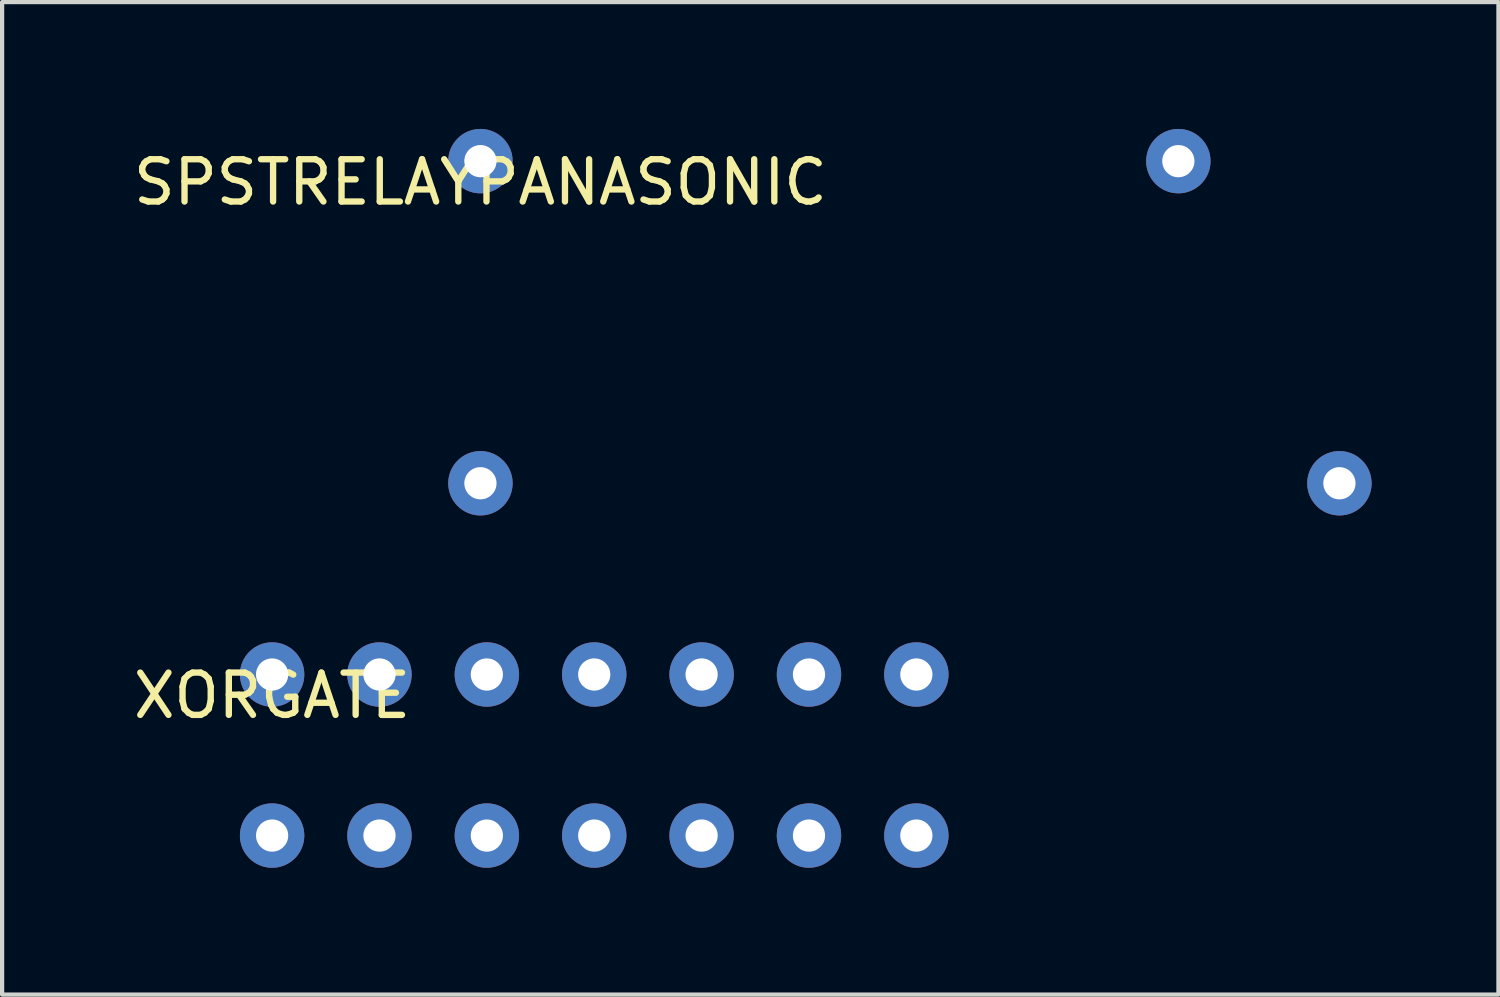
<source format=kicad_pcb>
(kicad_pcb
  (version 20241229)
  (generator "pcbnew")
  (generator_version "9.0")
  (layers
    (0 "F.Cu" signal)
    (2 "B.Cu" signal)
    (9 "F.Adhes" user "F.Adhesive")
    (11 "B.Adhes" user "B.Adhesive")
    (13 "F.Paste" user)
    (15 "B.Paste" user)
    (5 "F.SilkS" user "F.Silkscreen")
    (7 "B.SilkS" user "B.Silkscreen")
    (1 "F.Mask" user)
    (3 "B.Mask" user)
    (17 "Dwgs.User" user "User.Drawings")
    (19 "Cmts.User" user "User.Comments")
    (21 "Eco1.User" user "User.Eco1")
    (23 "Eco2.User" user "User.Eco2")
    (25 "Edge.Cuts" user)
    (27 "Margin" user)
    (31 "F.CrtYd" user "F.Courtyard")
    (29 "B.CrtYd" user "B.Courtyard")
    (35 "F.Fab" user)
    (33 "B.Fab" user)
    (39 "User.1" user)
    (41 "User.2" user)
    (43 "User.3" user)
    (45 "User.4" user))
  (footprint "XORGATE"
    (layer "F.Cu")
    (at 3.387 12.906)
    (property "Reference" "XORGATE" (at 0 0.5 0) (layer "F.SilkS") (effects (font (size 1 1) (thickness 0.15))))
    (attr through_hole)
    (pad "1" thru_hole circle (at 0 0) (size 1.524 1.524) (drill 0.762) (layers "*.Cu" "*.Mask"))
    (pad "2" thru_hole circle (at 2.54 0) (size 1.524 1.524) (drill 0.762) (layers "*.Cu" "*.Mask"))
    (pad "3" thru_hole circle (at 5.08 0) (size 1.524 1.524) (drill 0.762) (layers "*.Cu" "*.Mask"))
    (pad "4" thru_hole circle (at 7.62 0) (size 1.524 1.524) (drill 0.762) (layers "*.Cu" "*.Mask"))
    (pad "5" thru_hole circle (at 10.16 0) (size 1.524 1.524) (drill 0.762) (layers "*.Cu" "*.Mask"))
    (pad "6" thru_hole circle (at 12.7 0) (size 1.524 1.524) (drill 0.762) (layers "*.Cu" "*.Mask"))
    (pad "7" thru_hole circle (at 15.24 0) (size 1.524 1.524) (drill 0.762) (layers "*.Cu" "*.Mask"))
    (pad "8" thru_hole circle (at 0 3.81) (size 1.524 1.524) (drill 0.762) (layers "*.Cu" "*.Mask"))
    (pad "9" thru_hole circle (at 2.54 3.81) (size 1.524 1.524) (drill 0.762) (layers "*.Cu" "*.Mask"))
    (pad "10" thru_hole circle (at 5.08 3.81) (size 1.524 1.524) (drill 0.762) (layers "*.Cu" "*.Mask"))
    (pad "11" thru_hole circle (at 7.62 3.81) (size 1.524 1.524) (drill 0.762) (layers "*.Cu" "*.Mask"))
    (pad "12" thru_hole circle (at 10.16 3.81) (size 1.524 1.524) (drill 0.762) (layers "*.Cu" "*.Mask"))
    (pad "13" thru_hole circle (at 12.7 3.81) (size 1.524 1.524) (drill 0.762) (layers "*.Cu" "*.Mask"))
    (pad "14" thru_hole circle (at 15.24 3.81) (size 1.524 1.524) (drill 0.762) (layers "*.Cu" "*.Mask")))
  (footprint "SPSTRELAYPANASONIC"
    (layer "F.Cu")
    (at 8.315 0.762)
    (property "Reference" "SPSTRELAYPANASONIC" (at 0 0.5 0) (layer "F.SilkS") (effects (font (size 1 1) (thickness 0.15))))
    (attr through_hole)
    (pad "1" thru_hole circle (at 0 0) (size 1.524 1.524) (drill 0.762) (layers "*.Cu" "*.Mask"))
    (pad "2" thru_hole circle (at 16.51 0) (size 1.524 1.524) (drill 0.762) (layers "*.Cu" "*.Mask"))
    (pad "3" thru_hole circle (at 0 7.62) (size 1.524 1.524) (drill 0.762) (layers "*.Cu" "*.Mask"))
    (pad "4" thru_hole circle (at 20.32 7.62) (size 1.524 1.524) (drill 0.762) (layers "*.Cu" "*.Mask")))
  (gr_rect
    (start -3 -3)
    (end 32.397 20.478)
    (stroke (width 0.1) (type default))
    (fill no)
    (layer "Edge.Cuts")))
</source>
